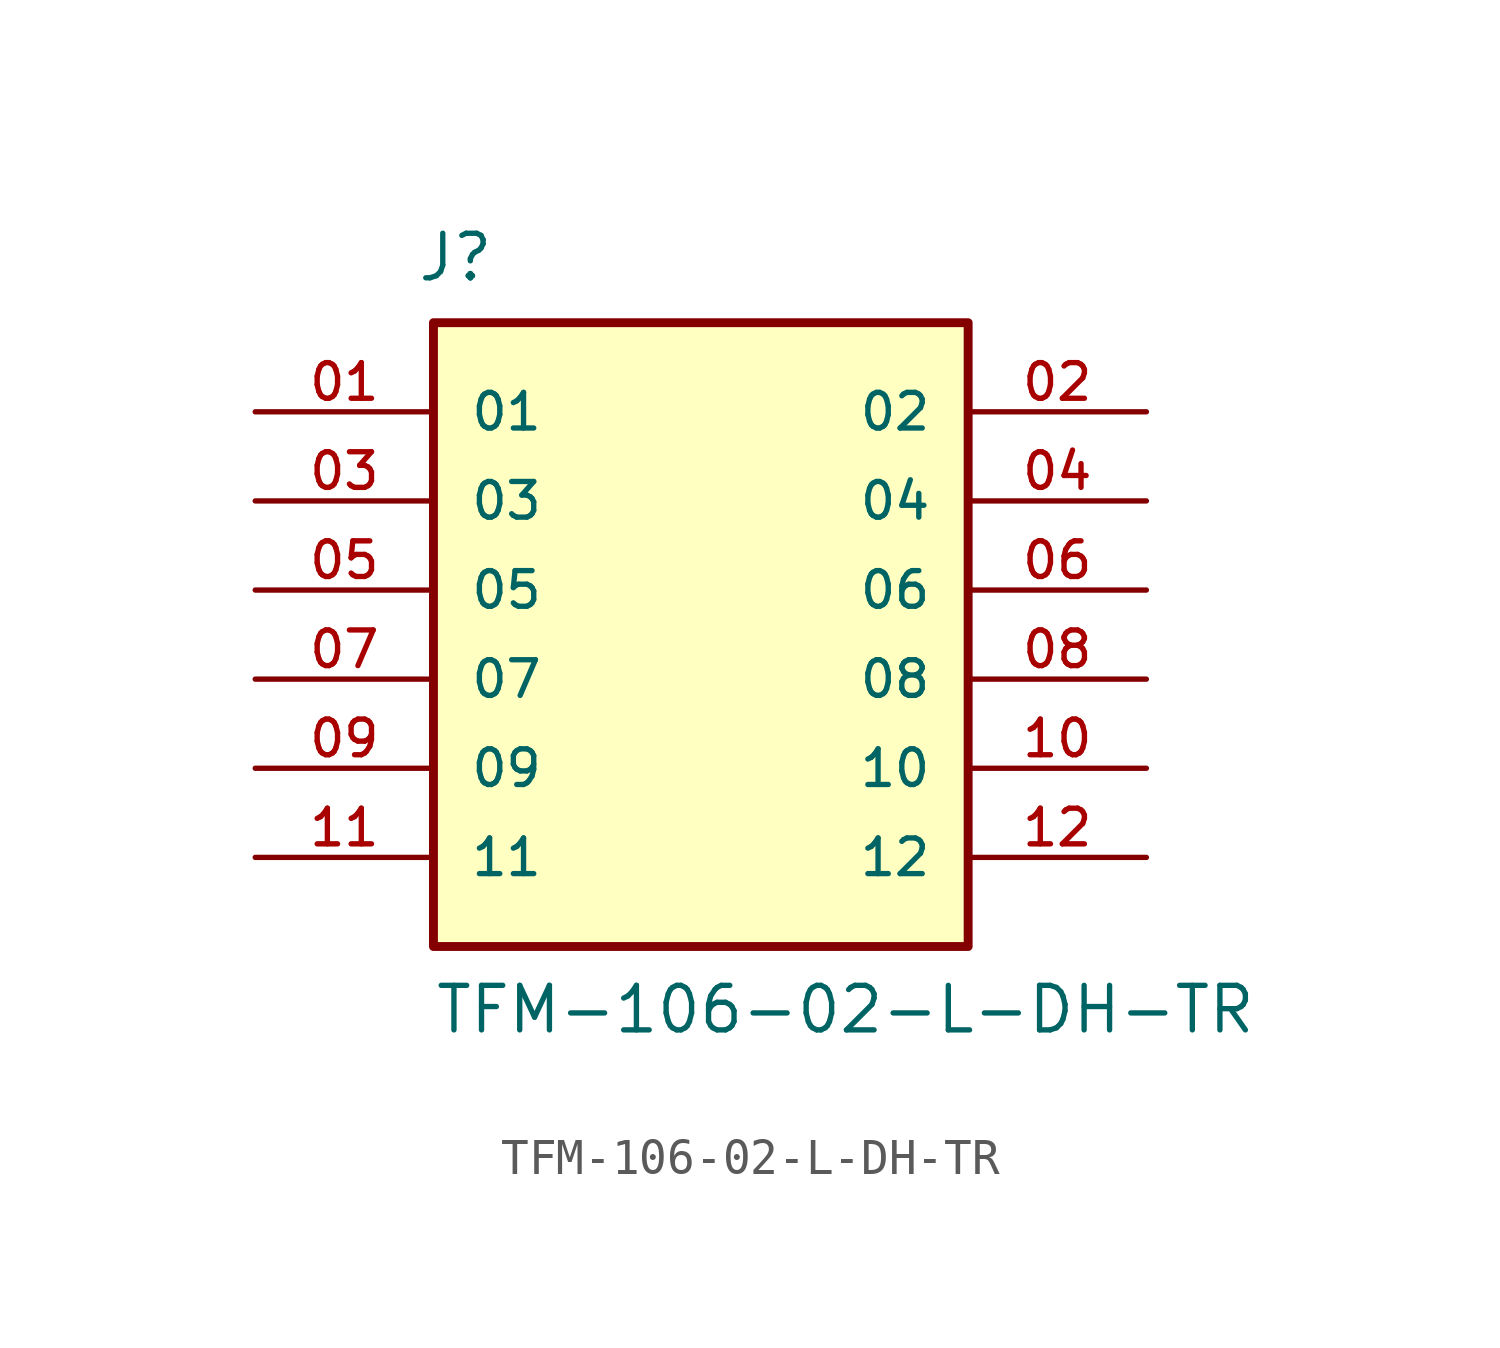
<source format=kicad_sym>
(kicad_symbol_lib
  (version 20211014)
  (generator kicad_symbol_editor)
  (symbol "TFM-106-02-L-DH-TR"
    (pin_names
      (offset 1.016))
    (property "Reference" "J"
      (at -8.12 8.736 0)
      (effects (font (size 1.27 1.27)) (justify bottom left)))
    (property "Value" "TFM-106-02-L-DH-TR"
      (at -7.62 -12.7 0)
      (effects (font (size 1.27 1.27)) (justify bottom left)))
    (symbol "TFM-106-02-L-DH-TR_0_0"
      (rectangle (start -7.62 -10.16) (end 7.62 7.62) (stroke (width 0.254)) (fill (type background)))
      (pin passive line (at -12.7 5.08 0) (length 5.08) (name "01" (effects (font (size 1.016 1.016)))) (number "01" (effects (font (size 1.016 1.016)))))
      (pin passive line (at 12.7 5.08 180.0) (length 5.08) (name "02" (effects (font (size 1.016 1.016)))) (number "02" (effects (font (size 1.016 1.016)))))
      (pin passive line (at -12.7 2.54 0) (length 5.08) (name "03" (effects (font (size 1.016 1.016)))) (number "03" (effects (font (size 1.016 1.016)))))
      (pin passive line (at 12.7 2.54 180.0) (length 5.08) (name "04" (effects (font (size 1.016 1.016)))) (number "04" (effects (font (size 1.016 1.016)))))
      (pin passive line (at -12.7 0.0 0) (length 5.08) (name "05" (effects (font (size 1.016 1.016)))) (number "05" (effects (font (size 1.016 1.016)))))
      (pin passive line (at 12.7 0.0 180.0) (length 5.08) (name "06" (effects (font (size 1.016 1.016)))) (number "06" (effects (font (size 1.016 1.016)))))
      (pin passive line (at -12.7 -2.54 0) (length 5.08) (name "07" (effects (font (size 1.016 1.016)))) (number "07" (effects (font (size 1.016 1.016)))))
      (pin passive line (at 12.7 -2.54 180.0) (length 5.08) (name "08" (effects (font (size 1.016 1.016)))) (number "08" (effects (font (size 1.016 1.016)))))
      (pin passive line (at -12.7 -5.08 0) (length 5.08) (name "09" (effects (font (size 1.016 1.016)))) (number "09" (effects (font (size 1.016 1.016)))))
      (pin passive line (at 12.7 -5.08 180.0) (length 5.08) (name "10" (effects (font (size 1.016 1.016)))) (number "10" (effects (font (size 1.016 1.016)))))
      (pin passive line (at -12.7 -7.62 0) (length 5.08) (name "11" (effects (font (size 1.016 1.016)))) (number "11" (effects (font (size 1.016 1.016)))))
      (pin passive line (at 12.7 -7.62 180.0) (length 5.08) (name "12" (effects (font (size 1.016 1.016)))) (number "12" (effects (font (size 1.016 1.016))))))))
</source>
